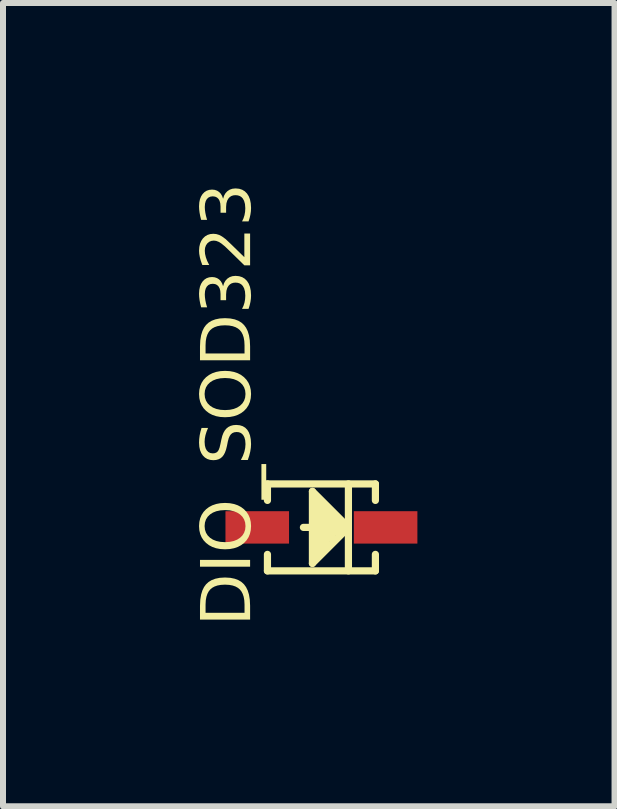
<source format=kicad_pcb>
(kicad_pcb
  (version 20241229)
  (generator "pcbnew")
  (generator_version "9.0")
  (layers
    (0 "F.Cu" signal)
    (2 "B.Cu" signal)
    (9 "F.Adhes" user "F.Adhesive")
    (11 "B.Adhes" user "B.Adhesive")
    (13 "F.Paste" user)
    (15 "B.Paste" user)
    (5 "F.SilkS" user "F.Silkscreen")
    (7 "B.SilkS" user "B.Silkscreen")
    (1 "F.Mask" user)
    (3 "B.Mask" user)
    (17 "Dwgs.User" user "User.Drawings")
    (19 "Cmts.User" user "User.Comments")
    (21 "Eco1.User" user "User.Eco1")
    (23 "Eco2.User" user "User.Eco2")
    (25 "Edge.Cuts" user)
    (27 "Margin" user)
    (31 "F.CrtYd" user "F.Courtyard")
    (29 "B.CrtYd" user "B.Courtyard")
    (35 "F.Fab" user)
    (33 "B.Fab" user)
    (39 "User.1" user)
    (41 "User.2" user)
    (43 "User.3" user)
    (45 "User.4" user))
  (footprint "DIO_SOD323"
    (layer "F.Cu")
    (at 2.309 5.743)
    (property "Reference" "DIO_SOD323" (at -1.05 1.65 90) (unlocked yes) (layer "F.SilkS") (effects (font (face "Arial") (size 0.819 0.819) (thickness 0.254)) (justify left bottom)))
    (fp_line (start -0.9 -0.45) (end -0.9 -0.725) (stroke (width 0.12) (type solid)) (layer "F.SilkS"))
    (fp_line (start -0.9 0.725) (end -0.9 0.45) (stroke (width 0.12) (type solid)) (layer "F.SilkS"))
    (fp_line (start -0.15 0.6) (end -0.15 -0.6) (stroke (width 0.12) (type solid)) (layer "F.SilkS"))
    (fp_line (start -0.15 0.6) (end 0.45 0) (stroke (width 0.12) (type solid)) (layer "F.SilkS"))
    (fp_line (start -0.05 0.45) (end -0.05 -0.45) (stroke (width 0.12) (type solid)) (layer "F.SilkS"))
    (fp_line (start 0.025 0.375) (end 0.025 -0.4) (stroke (width 0.12) (type solid)) (layer "F.SilkS"))
    (fp_line (start 0.075 0.325) (end 0.075 -0.35) (stroke (width 0.12) (type solid)) (layer "F.SilkS"))
    (fp_line (start 0.175 0.2) (end 0.175 -0.225) (stroke (width 0.12) (type solid)) (layer "F.SilkS"))
    (fp_line (start 0.275 0.1) (end 0.275 -0.125) (stroke (width 0.12) (type solid)) (layer "F.SilkS"))
    (fp_line (start 0.45 0) (end -0.3 0) (stroke (width 0.12) (type solid)) (layer "F.SilkS"))
    (fp_line (start 0.45 0) (end -0.15 -0.6) (stroke (width 0.12) (type solid)) (layer "F.SilkS"))
    (fp_line (start 0.45 0.725) (end 0.45 -0.725) (stroke (width 0.12) (type solid)) (layer "F.SilkS"))
    (fp_line (start 0.9 -0.725) (end -0.9 -0.725) (stroke (width 0.12) (type solid)) (layer "F.SilkS"))
    (fp_line (start 0.9 -0.45) (end 0.9 -0.725) (stroke (width 0.12) (type solid)) (layer "F.SilkS"))
    (fp_line (start 0.9 0.725) (end -0.9 0.725) (stroke (width 0.12) (type solid)) (layer "F.SilkS"))
    (fp_line (start 0.9 0.725) (end 0.9 0.45) (stroke (width 0.12) (type solid)) (layer "F.SilkS"))
    (fp_line (start -1.7 0.9) (end -1.7 -0.9) (stroke (width 0.01) (type solid)) (layer "Eco1.User"))
    (fp_line (start -0.9 0.725) (end -0.9 -0.725) (stroke (width 0.01) (type solid)) (layer "Eco1.User"))
    (fp_line (start 0.55 0.725) (end 0.55 -0.725) (stroke (width 0.01) (type solid)) (layer "Eco1.User"))
    (fp_line (start 0.9 -0.725) (end -0.9 -0.725) (stroke (width 0.01) (type solid)) (layer "Eco1.User"))
    (fp_line (start 0.9 0.725) (end -0.9 0.725) (stroke (width 0.01) (type solid)) (layer "Eco1.User"))
    (fp_line (start 0.9 0.725) (end 0.9 -0.725) (stroke (width 0.01) (type solid)) (layer "Eco1.User"))
    (fp_line (start 1.7 -0.9) (end -1.7 -0.9) (stroke (width 0.01) (type solid)) (layer "Eco1.User"))
    (fp_line (start 1.7 0.9) (end -1.7 0.9) (stroke (width 0.01) (type solid)) (layer "Eco1.User"))
    (fp_line (start 1.7 0.9) (end 1.7 -0.9) (stroke (width 0.01) (type solid)) (layer "Eco1.User"))
    (fp_text user "'.Designator'" (at 1.887 -0.487 180) (unlocked yes) (layer "Eco1.User") (effects (font (face "Arial") (size 0.472 0.472) (thickness 0.254)) (justify left bottom)))
    (fp_text user "K" (at 1.637 -0.388 180) (unlocked yes) (layer "Eco1.User") (effects (font (face "Arial") (size 0.756 0.756) (thickness 0.06)) (justify left bottom)))
    (pad "1" smd rect (at -1.07 0) (size 1.06 0.54) (layers "F.Cu" "F.Mask" "F.Paste"))
    (pad "2" smd rect (at 1.07 0) (size 1.06 0.54) (layers "F.Cu" "F.Mask" "F.Paste")))
  (gr_rect
    (start -3 -3)
    (end 7.196 10.393)
    (stroke (width 0.1) (type default))
    (fill no)
    (layer "Edge.Cuts")))
</source>
